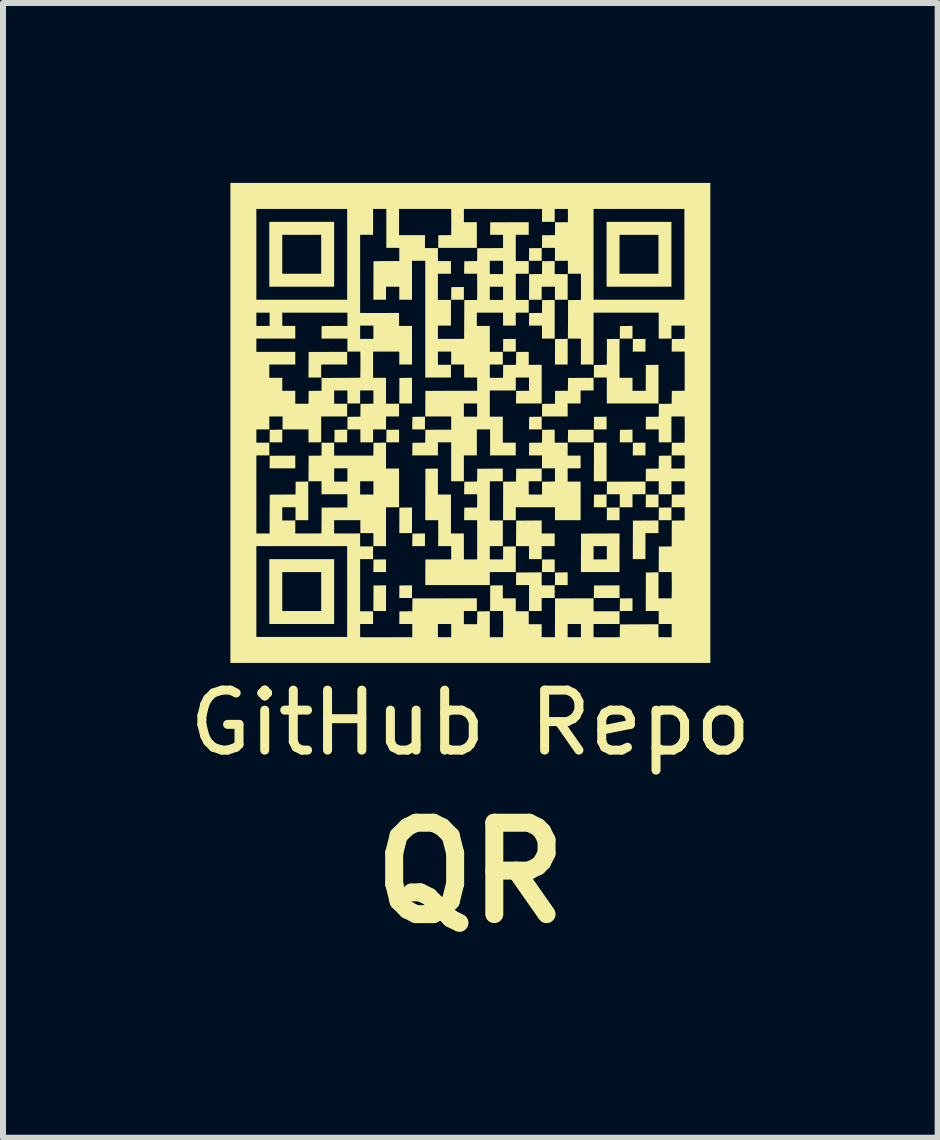
<source format=kicad_pcb>
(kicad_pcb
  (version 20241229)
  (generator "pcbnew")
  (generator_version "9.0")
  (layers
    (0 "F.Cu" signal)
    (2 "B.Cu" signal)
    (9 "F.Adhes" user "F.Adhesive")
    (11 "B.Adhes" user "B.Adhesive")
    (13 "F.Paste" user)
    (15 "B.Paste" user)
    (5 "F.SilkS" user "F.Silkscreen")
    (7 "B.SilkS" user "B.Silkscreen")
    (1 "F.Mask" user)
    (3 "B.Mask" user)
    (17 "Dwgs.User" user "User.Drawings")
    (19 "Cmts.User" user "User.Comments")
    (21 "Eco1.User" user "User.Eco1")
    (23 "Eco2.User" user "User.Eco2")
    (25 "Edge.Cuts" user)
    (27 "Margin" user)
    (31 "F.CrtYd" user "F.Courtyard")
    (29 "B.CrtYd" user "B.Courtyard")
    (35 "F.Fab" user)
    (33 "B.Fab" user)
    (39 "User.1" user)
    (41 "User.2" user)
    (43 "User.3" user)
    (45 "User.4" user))
  (footprint "QR"
    (layer "F.Cu")
    (at 4.792 4.001)
    (property "Reference" "QR" (at 0 7.5 0) (layer "F.SilkS") (effects (font (size 1.524 1.524) (thickness 0.3))))
    (attr board_only exclude_from_pos_files exclude_from_bom)
    (fp_poly (pts (xy -0.108 -2.054) (xy -0.32 -2.054) (xy -0.318 -2.264) (xy -0.108 -2.266)) (stroke (width 0) (type solid)) (fill yes) (layer "F.SilkS"))
    (fp_poly (pts (xy -2.919 0.757) (xy -3.347 0.757) (xy -3.346 0.652) (xy -3.345 0.547) (xy -2.919 0.545)) (stroke (width 0) (type solid)) (fill yes) (layer "F.SilkS"))
    (fp_poly (pts (xy -2.054 0.324) (xy -2.266 0.324) (xy -2.265 0.22) (xy -2.264 0.115) (xy -2.054 0.112)) (stroke (width 0) (type solid)) (fill yes) (layer "F.SilkS"))
    (fp_poly (pts (xy -1.406 3.136) (xy -1.617 3.136) (xy -1.615 2.71) (xy -1.51 2.709) (xy -1.406 2.707)) (stroke (width 0) (type solid)) (fill yes) (layer "F.SilkS"))
    (fp_poly (pts (xy -0.973 -0.324) (xy -1.185 -0.324) (xy -1.183 -0.75) (xy -1.078 -0.751) (xy -0.973 -0.753)) (stroke (width 0) (type solid)) (fill yes) (layer "F.SilkS"))
    (fp_poly (pts (xy -0.973 1.838) (xy -1.185 1.838) (xy -1.183 1.412) (xy -1.078 1.411) (xy -0.973 1.41)) (stroke (width 0) (type solid)) (fill yes) (layer "F.SilkS"))
    (fp_poly (pts (xy 1.622 -0.973) (xy 1.41 -0.973) (xy 1.412 -1.399) (xy 1.517 -1.4) (xy 1.622 -1.401)) (stroke (width 0) (type solid)) (fill yes) (layer "F.SilkS"))
    (fp_poly (pts (xy 2.271 0.108) (xy 2.059 0.108) (xy 2.061 -0.101) (xy 2.166 -0.103) (xy 2.271 -0.104)) (stroke (width 0) (type solid)) (fill yes) (layer "F.SilkS"))
    (fp_poly (pts (xy 2.487 2.919) (xy 2.059 2.919) (xy 2.06 2.815) (xy 2.061 2.71) (xy 2.487 2.708)) (stroke (width 0) (type solid)) (fill yes) (layer "F.SilkS"))
    (fp_poly (pts (xy -3.136 0.324) (xy -3.347 0.324) (xy -3.346 0.22) (xy -3.345 0.115) (xy -3.24 0.114) (xy -3.136 0.112)) (stroke (width 0) (type solid)) (fill yes) (layer "F.SilkS"))
    (fp_poly (pts (xy -1.406 2.487) (xy -1.618 2.487) (xy -1.616 2.382) (xy -1.615 2.277) (xy -1.51 2.276) (xy -1.406 2.275)) (stroke (width 0) (type solid)) (fill yes) (layer "F.SilkS"))
    (fp_poly (pts (xy -1.189 0.324) (xy -1.401 0.324) (xy -1.4 0.22) (xy -1.399 0.115) (xy -1.294 0.114) (xy -1.189 0.112)) (stroke (width 0) (type solid)) (fill yes) (layer "F.SilkS"))
    (fp_poly (pts (xy -0.973 2.919) (xy -1.185 2.919) (xy -1.184 2.815) (xy -1.183 2.71) (xy -1.078 2.709) (xy -0.973 2.707)) (stroke (width 0) (type solid)) (fill yes) (layer "F.SilkS"))
    (fp_poly (pts (xy -0.757 0.108) (xy -0.969 0.108) (xy -0.968 0.003) (xy -0.966 -0.101) (xy -0.862 -0.103) (xy -0.757 -0.104)) (stroke (width 0) (type solid)) (fill yes) (layer "F.SilkS"))
    (fp_poly (pts (xy -0.757 2.054) (xy -0.969 2.054) (xy -0.968 1.95) (xy -0.966 1.845) (xy -0.862 1.844) (xy -0.757 1.842)) (stroke (width 0) (type solid)) (fill yes) (layer "F.SilkS"))
    (fp_poly (pts (xy 0.757 -1.189) (xy 0.545 -1.189) (xy 0.546 -1.294) (xy 0.547 -1.399) (xy 0.652 -1.4) (xy 0.757 -1.401)) (stroke (width 0) (type solid)) (fill yes) (layer "F.SilkS"))
    (fp_poly (pts (xy 1.189 -2.703) (xy 0.977 -2.703) (xy 0.979 -2.808) (xy 0.98 -2.913) (xy 1.085 -2.914) (xy 1.189 -2.915)) (stroke (width 0) (type solid)) (fill yes) (layer "F.SilkS"))
    (fp_poly (pts (xy 1.189 0.108) (xy 0.977 0.108) (xy 0.979 0.003) (xy 0.98 -0.101) (xy 1.085 -0.103) (xy 1.189 -0.104)) (stroke (width 0) (type solid)) (fill yes) (layer "F.SilkS"))
    (fp_poly (pts (xy 1.406 2.487) (xy 1.194 2.487) (xy 1.195 2.382) (xy 1.196 2.277) (xy 1.301 2.276) (xy 1.406 2.275)) (stroke (width 0) (type solid)) (fill yes) (layer "F.SilkS"))
    (fp_poly (pts (xy 1.622 2.703) (xy 1.41 2.703) (xy 1.411 2.598) (xy 1.412 2.494) (xy 1.517 2.492) (xy 1.622 2.491)) (stroke (width 0) (type solid)) (fill yes) (layer "F.SilkS"))
    (fp_poly (pts (xy 2.054 0.324) (xy 1.626 0.324) (xy 1.627 0.22) (xy 1.629 0.115) (xy 1.841 0.114) (xy 2.054 0.113)) (stroke (width 0) (type solid)) (fill yes) (layer "F.SilkS"))
    (fp_poly (pts (xy 2.271 0.973) (xy 2.059 0.973) (xy 2.06 0.652) (xy 2.061 0.331) (xy 2.166 0.33) (xy 2.271 0.329)) (stroke (width 0) (type solid)) (fill yes) (layer "F.SilkS"))
    (fp_poly (pts (xy 2.271 1.406) (xy 2.059 1.406) (xy 2.06 1.301) (xy 2.061 1.196) (xy 2.166 1.195) (xy 2.271 1.194)) (stroke (width 0) (type solid)) (fill yes) (layer "F.SilkS"))
    (fp_poly (pts (xy 2.487 1.622) (xy 2.275 1.622) (xy 2.276 1.517) (xy 2.277 1.412) (xy 2.382 1.411) (xy 2.487 1.41)) (stroke (width 0) (type solid)) (fill yes) (layer "F.SilkS"))
    (fp_poly (pts (xy 2.703 -1.406) (xy 2.491 -1.406) (xy 2.492 -1.51) (xy 2.494 -1.615) (xy 2.598 -1.616) (xy 2.703 -1.618)) (stroke (width 0) (type solid)) (fill yes) (layer "F.SilkS"))
    (fp_poly (pts (xy 2.703 0.324) (xy 2.491 0.324) (xy 2.492 0.22) (xy 2.494 0.115) (xy 2.598 0.114) (xy 2.703 0.112)) (stroke (width 0) (type solid)) (fill yes) (layer "F.SilkS"))
    (fp_poly (pts (xy 2.703 3.136) (xy 2.491 3.136) (xy 2.492 3.031) (xy 2.494 2.926) (xy 2.598 2.925) (xy 2.703 2.924)) (stroke (width 0) (type solid)) (fill yes) (layer "F.SilkS"))
    (fp_poly (pts (xy 2.919 -1.189) (xy 2.707 -1.189) (xy 2.709 -1.294) (xy 2.71 -1.399) (xy 2.815 -1.4) (xy 2.919 -1.401)) (stroke (width 0) (type solid)) (fill yes) (layer "F.SilkS"))
    (fp_poly (pts (xy 2.919 0.541) (xy 2.707 0.541) (xy 2.709 0.436) (xy 2.71 0.331) (xy 2.815 0.33) (xy 2.919 0.329)) (stroke (width 0) (type solid)) (fill yes) (layer "F.SilkS"))
    (fp_poly (pts (xy 3.136 1.406) (xy 2.924 1.406) (xy 2.925 1.301) (xy 2.926 1.196) (xy 3.031 1.195) (xy 3.136 1.194)) (stroke (width 0) (type solid)) (fill yes) (layer "F.SilkS"))
    (fp_poly (pts (xy 3.136 1.838) (xy 2.919 1.838) (xy 2.919 2.271) (xy 2.708 2.271) (xy 2.71 1.629) (xy 3.136 1.626)) (stroke (width 0) (type solid)) (fill yes) (layer "F.SilkS"))
    (fp_poly (pts (xy 3.352 1.622) (xy 3.14 1.622) (xy 3.141 1.517) (xy 3.142 1.412) (xy 3.247 1.411) (xy 3.352 1.41)) (stroke (width 0) (type solid)) (fill yes) (layer "F.SilkS"))
    (fp_poly (pts (xy -2.054 -0.973) (xy -2.487 -0.973) (xy -2.487 -0.757) (xy -2.699 -0.757) (xy -2.696 -1.183) (xy -2.375 -1.184) (xy -2.054 -1.185)) (stroke (width 0) (type solid)) (fill yes) (layer "F.SilkS"))
    (fp_poly (pts (xy 1.189 1.843) (xy 1.406 1.843) (xy 1.406 2.054) (xy 1.189 2.054) (xy 1.189 2.271) (xy 0.978 2.271) (xy 0.978 2.054) (xy 0.761 2.054) (xy 0.764 1.629) (xy 1.189 1.626)) (stroke (width 0) (type solid)) (fill yes) (layer "F.SilkS"))
    (fp_poly (pts (xy 2.919 1.189) (xy 2.703 1.189) (xy 2.703 1.406) (xy 2.491 1.406) (xy 2.491 1.189) (xy 2.275 1.189) (xy 2.276 1.085) (xy 2.277 0.98) (xy 2.598 0.979) (xy 2.919 0.978)) (stroke (width 0) (type solid)) (fill yes) (layer "F.SilkS"))
    (fp_poly (pts (xy -2.271 -2.271) (xy -3.352 -2.271) (xy -3.352 -2.487) (xy -3.136 -2.487) (xy -2.487 -2.487) (xy -2.487 -3.136) (xy -3.136 -3.136) (xy -3.136 -2.487) (xy -3.352 -2.487) (xy -3.352 -3.352) (xy -2.271 -3.352)) (stroke (width 0) (type solid)) (fill yes) (layer "F.SilkS"))
    (fp_poly (pts (xy -2.271 3.352) (xy -3.352 3.352) (xy -3.352 3.136) (xy -3.136 3.136) (xy -2.487 3.136) (xy -2.487 2.487) (xy -3.136 2.487) (xy -3.136 3.136) (xy -3.352 3.136) (xy -3.352 2.271) (xy -2.271 2.271)) (stroke (width 0) (type solid)) (fill yes) (layer "F.SilkS"))
    (fp_poly (pts (xy 1.406 -1.406) (xy 1.194 -1.406) (xy 1.194 -1.622) (xy 0.977 -1.622) (xy 0.979 -1.727) (xy 0.98 -1.831) (xy 1.087 -1.833) (xy 1.194 -1.834) (xy 1.196 -2.048) (xy 1.301 -2.049) (xy 1.406 -2.05)) (stroke (width 0) (type solid)) (fill yes) (layer "F.SilkS"))
    (fp_poly (pts (xy 3.352 -2.271) (xy 2.271 -2.271) (xy 2.271 -2.487) (xy 2.487 -2.487) (xy 3.136 -2.487) (xy 3.136 -3.136) (xy 2.487 -3.136) (xy 2.487 -2.487) (xy 2.271 -2.487) (xy 2.271 -3.352) (xy 3.352 -3.352)) (stroke (width 0) (type solid)) (fill yes) (layer "F.SilkS"))
    (fp_poly (pts (xy 2.487 2.487) (xy 1.843 2.487) (xy 1.843 2.275) (xy 2.054 2.275) (xy 2.275 2.275) (xy 2.275 2.054) (xy 2.054 2.054) (xy 2.054 2.275) (xy 1.843 2.275) (xy 1.844 2.166) (xy 1.845 1.845) (xy 2.166 1.844) (xy 2.487 1.843)) (stroke (width 0) (type solid)) (fill yes) (layer "F.SilkS"))
    (fp_poly (pts (xy 1.406 -2.482) (xy 1.622 -2.482) (xy 1.622 -2.054) (xy 1.41 -2.054) (xy 1.41 -2.271) (xy 1.189 -2.271) (xy 1.189 -2.054) (xy 0.978 -2.054) (xy 0.979 -2.267) (xy 0.98 -2.48) (xy 1.087 -2.481) (xy 1.194 -2.482) (xy 1.195 -2.589) (xy 1.196 -2.696) (xy 1.301 -2.698) (xy 1.406 -2.699)) (stroke (width 0) (type solid)) (fill yes) (layer "F.SilkS"))
    (fp_poly (pts (xy 2.054 -0.541) (xy 1.838 -0.541) (xy 1.838 -0.324) (xy 1.622 -0.324) (xy 1.622 -0.108) (xy 1.194 -0.108) (xy 1.195 -0.213) (xy 1.196 -0.318) (xy 1.303 -0.319) (xy 1.41 -0.32) (xy 1.411 -0.427) (xy 1.412 -0.534) (xy 1.519 -0.535) (xy 1.626 -0.536) (xy 1.627 -0.643) (xy 1.629 -0.75) (xy 2.054 -0.752)) (stroke (width 0) (type solid)) (fill yes) (layer "F.SilkS"))
    (fp_poly (pts (xy 1.189 2.708) (xy 1.406 2.708) (xy 1.406 2.919) (xy 1.189 2.919) (xy 1.189 3.136) (xy 0.977 3.136) (xy 0.978 3.029) (xy 0.978 2.99) (xy 0.978 2.945) (xy 0.978 2.899) (xy 0.978 2.854) (xy 0.978 2.815) (xy 0.978 2.812) (xy 0.978 2.703) (xy 0.761 2.703) (xy 0.762 2.598) (xy 0.764 2.494) (xy 1.189 2.491)) (stroke (width 0) (type solid)) (fill yes) (layer "F.SilkS"))
    (fp_poly (pts (xy 1.406 0.329) (xy 1.622 0.329) (xy 1.622 0.545) (xy 1.838 0.545) (xy 1.838 0.757) (xy 1.622 0.757) (xy 1.622 0.978) (xy 1.838 0.978) (xy 1.838 1.622) (xy 1.41 1.622) (xy 1.41 1.406) (xy 0.757 1.406) (xy 0.757 1.622) (xy 0.545 1.622) (xy 0.546 1.301) (xy 0.547 0.98) (xy 0.654 0.979) (xy 0.761 0.977) (xy 0.762 0.871) (xy 0.764 0.764) (xy 1.189 0.761) (xy 1.189 0.973) (xy 0.973 0.973) (xy 0.973 1.194) (xy 1.194 1.194) (xy 1.196 0.98) (xy 1.41 0.977) (xy 1.41 0.757) (xy 1.194 0.757) (xy 1.194 0.541) (xy 0.977 0.541) (xy 0.979 0.436) (xy 0.98 0.331) (xy 1.087 0.33) (xy 1.194 0.329) (xy 1.196 0.115) (xy 1.301 0.114) (xy 1.406 0.112)) (stroke (width 0) (type solid)) (fill yes) (layer "F.SilkS"))
    (fp_poly (pts (xy 2.487 -0.752) (xy 2.703 -0.752) (xy 2.703 -0.536) (xy 2.924 -0.536) (xy 2.924 -0.643) (xy 2.924 -0.682) (xy 2.924 -0.727) (xy 2.925 -0.773) (xy 2.925 -0.818) (xy 2.925 -0.857) (xy 2.925 -0.858) (xy 2.926 -0.966) (xy 3.031 -0.968) (xy 3.136 -0.969) (xy 3.136 -0.324) (xy 2.275 -0.324) (xy 2.275 -0.431) (xy 2.275 -0.47) (xy 2.275 -0.514) (xy 2.275 -0.561) (xy 2.275 -0.606) (xy 2.275 -0.645) (xy 2.275 -0.648) (xy 2.275 -0.757) (xy 2.059 -0.757) (xy 2.06 -0.862) (xy 2.061 -0.966) (xy 2.168 -0.968) (xy 2.275 -0.969) (xy 2.275 -1.076) (xy 2.275 -1.115) (xy 2.276 -1.159) (xy 2.276 -1.205) (xy 2.276 -1.25) (xy 2.276 -1.29) (xy 2.276 -1.291) (xy 2.277 -1.399) (xy 2.382 -1.4) (xy 2.487 -1.401)) (stroke (width 0) (type solid)) (fill yes) (layer "F.SilkS"))
    (fp_poly (pts (xy -0.541 1.194) (xy -0.324 1.194) (xy -0.324 1.843) (xy -0.108 1.843) (xy -0.108 2.275) (xy 0.113 2.275) (xy 0.113 2.169) (xy 0.113 2.131) (xy 0.113 2.088) (xy 0.113 2.042) (xy 0.113 1.997) (xy 0.113 1.957) (xy 0.113 1.951) (xy 0.113 1.911) (xy 0.113 1.866) (xy 0.113 1.82) (xy 0.113 1.775) (xy 0.113 1.735) (xy 0.113 1.73) (xy 0.113 1.622) (xy -0.104 1.622) (xy -0.103 1.517) (xy -0.101 1.412) (xy 0.006 1.411) (xy 0.113 1.41) (xy 0.113 1.189) (xy -0.104 1.189) (xy -0.103 1.085) (xy -0.101 0.98) (xy 0.006 0.979) (xy 0.112 0.977) (xy 0.114 0.871) (xy 0.115 0.764) (xy 0.541 0.761) (xy 0.541 0.973) (xy 0.324 0.973) (xy 0.324 1.626) (xy 0.541 1.626) (xy 0.541 2.054) (xy 0.324 2.054) (xy 0.324 2.275) (xy 0.545 2.275) (xy 0.546 2.168) (xy 0.547 2.061) (xy 0.652 2.06) (xy 0.757 2.059) (xy 0.757 2.487) (xy 0.324 2.487) (xy 0.324 2.703) (xy -0.752 2.703) (xy -0.75 2.277) (xy -0.642 2.276) (xy -0.603 2.276) (xy -0.558 2.276) (xy -0.512 2.276) (xy -0.467 2.275) (xy -0.428 2.275) (xy -0.427 2.275) (xy -0.32 2.275) (xy -0.32 2.054) (xy -0.537 2.054) (xy -0.536 1.947) (xy -0.536 1.909) (xy -0.536 1.864) (xy -0.536 1.818) (xy -0.536 1.773) (xy -0.536 1.733) (xy -0.536 1.731) (xy -0.536 1.622) (xy -0.752 1.622) (xy -0.75 0.764) (xy -0.645 0.762) (xy -0.541 0.761)) (stroke (width 0) (type solid)) (fill yes) (layer "F.SilkS"))
    (fp_poly (pts (xy 4.001 4.001) (xy -4.001 4.001) (xy -4.001 3.568) (xy -3.568 3.568) (xy -2.054 3.568) (xy -2.054 2.054) (xy -3.568 2.054) (xy -3.568 3.568) (xy -4.001 3.568) (xy -4.001 1.843) (xy -3.568 1.843) (xy -3.347 1.843) (xy -3.347 1.736) (xy -3.347 1.708) (xy -3.347 1.673) (xy -3.347 1.632) (xy -3.347 1.587) (xy -3.347 1.539) (xy -3.346 1.49) (xy -3.346 1.441) (xy -3.346 1.412) (xy -3.345 1.196) (xy -3.237 1.195) (xy -3.198 1.195) (xy -3.153 1.195) (xy -3.107 1.194) (xy -3.062 1.194) (xy -3.023 1.194) (xy -3.022 1.194) (xy -2.915 1.194) (xy -2.913 0.98) (xy -2.808 0.979) (xy -2.703 0.977) (xy -2.703 1.622) (xy -2.915 1.622) (xy -2.915 1.406) (xy -3.136 1.406) (xy -3.136 1.626) (xy -2.919 1.626) (xy -2.919 1.843) (xy -2.81 1.843) (xy -2.758 1.843) (xy -2.709 1.843) (xy -2.662 1.843) (xy -2.619 1.843) (xy -2.581 1.843) (xy -2.548 1.842) (xy -2.521 1.842) (xy -2.501 1.842) (xy -2.488 1.841) (xy -2.484 1.841) (xy -2.483 1.836) (xy -2.483 1.823) (xy -2.483 1.803) (xy -2.482 1.777) (xy -2.482 1.745) (xy -2.482 1.709) (xy -2.481 1.669) (xy -2.481 1.626) (xy -2.48 1.412) (xy -2.372 1.411) (xy -2.333 1.411) (xy -2.288 1.411) (xy -2.242 1.411) (xy -2.197 1.41) (xy -2.158 1.41) (xy -2.157 1.41) (xy -2.05 1.41) (xy -2.05 1.194) (xy -1.838 1.194) (xy -1.617 1.194) (xy -1.617 0.973) (xy -1.838 0.973) (xy -1.838 1.194) (xy -2.05 1.194) (xy -2.05 1.189) (xy -2.482 1.189) (xy -2.482 0.978) (xy -2.271 0.978) (xy -2.05 0.978) (xy -2.05 0.757) (xy -2.271 0.757) (xy -2.271 0.978) (xy -2.482 0.978) (xy -2.482 0.973) (xy -2.699 0.973) (xy -2.696 0.547) (xy -2.589 0.546) (xy -2.482 0.545) (xy -2.481 0.438) (xy -2.48 0.331) (xy -2.271 0.329) (xy -2.271 0.545) (xy -2.162 0.545) (xy -2.069 0.545) (xy -1.971 0.545) (xy -1.873 0.545) (xy -1.777 0.545) (xy -1.723 0.545) (xy -1.618 0.545) (xy -1.615 0.331) (xy -1.51 0.33) (xy -1.406 0.329) (xy -1.406 0.761) (xy -1.189 0.761) (xy -1.189 1.406) (xy -1.406 1.406) (xy -1.406 2.054) (xy -1.617 2.054) (xy -1.617 1.838) (xy -1.834 1.838) (xy -1.834 1.622) (xy -2.271 1.622) (xy -2.271 1.843) (xy -2.161 1.843) (xy -2.122 1.843) (xy -2.077 1.843) (xy -2.031 1.843) (xy -1.986 1.843) (xy -1.947 1.843) (xy -1.945 1.843) (xy -1.838 1.842) (xy -1.838 2.059) (xy -1.622 2.059) (xy -1.622 2.271) (xy -1.838 2.271) (xy -1.838 3.14) (xy -1.622 3.14) (xy -1.622 3.352) (xy -1.838 3.352) (xy -1.838 3.572) (xy -1.729 3.574) (xy -1.701 3.574) (xy -1.666 3.574) (xy -1.625 3.574) (xy -1.579 3.574) (xy -1.531 3.574) (xy -1.481 3.574) (xy -1.431 3.574) (xy -1.399 3.574) (xy -1.35 3.574) (xy -1.301 3.573) (xy -1.252 3.573) (xy -1.205 3.573) (xy -1.162 3.573) (xy -1.123 3.573) (xy -1.091 3.573) (xy -1.073 3.573) (xy -0.969 3.573) (xy -0.541 3.573) (xy -0.32 3.573) (xy -0.32 3.352) (xy -0.541 3.352) (xy -0.541 3.573) (xy -0.969 3.573) (xy -0.969 3.352) (xy -1.185 3.352) (xy -1.184 3.247) (xy -1.183 3.142) (xy -1.076 3.141) (xy -0.969 3.14) (xy -0.966 2.926) (xy -0.429 2.925) (xy 0.108 2.924) (xy 0.108 3.136) (xy -0.108 3.136) (xy -0.108 3.356) (xy 0.112 3.356) (xy 0.114 3.249) (xy 0.115 3.142) (xy 0.22 3.141) (xy 0.324 3.14) (xy 0.324 3.573) (xy 0.545 3.573) (xy 0.546 3.463) (xy 0.546 3.424) (xy 0.547 3.379) (xy 0.547 3.332) (xy 0.546 3.286) (xy 0.546 3.246) (xy 0.546 3.245) (xy 0.545 3.136) (xy 0.329 3.136) (xy 0.331 2.71) (xy 0.436 2.709) (xy 0.541 2.707) (xy 0.541 2.924) (xy 0.757 2.924) (xy 0.757 3.14) (xy 0.973 3.14) (xy 0.973 3.356) (xy 1.189 3.356) (xy 1.189 3.573) (xy 1.41 3.573) (xy 1.622 3.573) (xy 1.843 3.573) (xy 1.843 3.352) (xy 1.622 3.352) (xy 1.622 3.573) (xy 1.41 3.573) (xy 1.41 3.466) (xy 1.41 3.438) (xy 1.41 3.403) (xy 1.411 3.362) (xy 1.411 3.317) (xy 1.411 3.269) (xy 1.411 3.22) (xy 1.411 3.171) (xy 1.411 3.142) (xy 1.412 2.926) (xy 1.733 2.925) (xy 2.054 2.924) (xy 2.054 3.14) (xy 2.164 3.14) (xy 2.203 3.14) (xy 2.248 3.14) (xy 2.294 3.14) (xy 2.338 3.14) (xy 2.378 3.14) (xy 2.38 3.14) (xy 2.487 3.14) (xy 2.487 3.352) (xy 2.054 3.352) (xy 2.054 3.572) (xy 2.164 3.574) (xy 2.203 3.574) (xy 2.248 3.574) (xy 2.295 3.574) (xy 2.34 3.574) (xy 2.38 3.574) (xy 2.382 3.574) (xy 2.491 3.572) (xy 2.492 3.465) (xy 2.494 3.359) (xy 2.815 3.358) (xy 3.136 3.356) (xy 3.136 3.573) (xy 3.356 3.573) (xy 3.356 3.352) (xy 3.14 3.352) (xy 3.14 3.136) (xy 2.924 3.136) (xy 2.925 2.815) (xy 2.926 2.494) (xy 3.031 2.492) (xy 3.136 2.491) (xy 3.136 2.924) (xy 3.356 2.924) (xy 3.357 2.815) (xy 3.358 2.775) (xy 3.358 2.73) (xy 3.358 2.683) (xy 3.358 2.638) (xy 3.357 2.598) (xy 3.357 2.596) (xy 3.356 2.487) (xy 3.14 2.487) (xy 3.142 2.061) (xy 3.249 2.06) (xy 3.356 2.059) (xy 3.357 1.952) (xy 3.357 1.913) (xy 3.357 1.868) (xy 3.357 1.822) (xy 3.357 1.777) (xy 3.358 1.738) (xy 3.358 1.737) (xy 3.359 1.629) (xy 3.573 1.626) (xy 3.573 1.406) (xy 3.356 1.406) (xy 3.357 1.301) (xy 3.359 1.196) (xy 3.573 1.194) (xy 3.573 0.973) (xy 3.352 0.973) (xy 3.352 1.189) (xy 3.14 1.189) (xy 3.14 0.973) (xy 2.924 0.973) (xy 2.925 0.868) (xy 2.926 0.764) (xy 3.033 0.762) (xy 3.14 0.761) (xy 3.141 0.654) (xy 3.142 0.547) (xy 3.247 0.546) (xy 3.352 0.545) (xy 3.352 0.761) (xy 3.573 0.761) (xy 3.573 0.541) (xy 3.356 0.541) (xy 3.357 0.436) (xy 3.359 0.331) (xy 3.465 0.33) (xy 3.572 0.329) (xy 3.574 0.22) (xy 3.574 0.18) (xy 3.574 0.135) (xy 3.574 0.088) (xy 3.574 0.043) (xy 3.574 0.003) (xy 3.574 0.001) (xy 3.572 -0.108) (xy 3.352 -0.108) (xy 3.352 0.324) (xy 3.14 0.324) (xy 3.14 0.108) (xy 2.924 0.108) (xy 2.925 0.003) (xy 2.926 -0.101) (xy 3.033 -0.103) (xy 3.14 -0.104) (xy 3.141 -0.211) (xy 3.142 -0.318) (xy 3.249 -0.319) (xy 3.356 -0.32) (xy 3.357 -0.427) (xy 3.359 -0.534) (xy 3.573 -0.536) (xy 3.573 -0.642) (xy 3.573 -0.68) (xy 3.573 -0.723) (xy 3.573 -0.769) (xy 3.573 -0.814) (xy 3.573 -0.854) (xy 3.573 -0.86) (xy 3.573 -0.9) (xy 3.573 -0.945) (xy 3.573 -0.991) (xy 3.573 -1.036) (xy 3.573 -1.076) (xy 3.573 -1.081) (xy 3.573 -1.189) (xy 3.356 -1.189) (xy 3.357 -1.294) (xy 3.359 -1.399) (xy 3.573 -1.401) (xy 3.573 -1.622) (xy 3.352 -1.622) (xy 3.352 -1.406) (xy 3.14 -1.406) (xy 3.14 -1.513) (xy 3.14 -1.551) (xy 3.14 -1.596) (xy 3.14 -1.642) (xy 3.14 -1.687) (xy 3.14 -1.727) (xy 3.14 -1.729) (xy 3.14 -1.838) (xy 2.054 -1.838) (xy 2.054 -0.973) (xy 1.842 -0.973) (xy 1.843 -1.08) (xy 1.843 -1.119) (xy 1.843 -1.163) (xy 1.843 -1.21) (xy 1.843 -1.254) (xy 1.843 -1.294) (xy 1.843 -1.296) (xy 1.843 -1.406) (xy 1.626 -1.406) (xy 1.628 -1.727) (xy 1.629 -2.048) (xy 1.735 -2.049) (xy 1.842 -2.05) (xy 1.842 -2.054) (xy 2.054 -2.054) (xy 3.568 -2.054) (xy 3.568 -3.568) (xy 2.054 -3.568) (xy 2.054 -2.054) (xy 1.842 -2.054) (xy 1.844 -2.159) (xy 1.844 -2.199) (xy 1.844 -2.244) (xy 1.844 -2.291) (xy 1.844 -2.336) (xy 1.844 -2.376) (xy 1.844 -2.378) (xy 1.842 -2.487) (xy 1.626 -2.487) (xy 1.626 -2.703) (xy 1.41 -2.703) (xy 1.41 -2.919) (xy 1.194 -2.919) (xy 1.195 -3.024) (xy 1.196 -3.129) (xy 1.303 -3.13) (xy 1.41 -3.131) (xy 1.412 -3.345) (xy 1.626 -3.347) (xy 1.626 -3.568) (xy 1.406 -3.568) (xy 1.406 -3.352) (xy 1.194 -3.352) (xy 1.194 -3.568) (xy -0.108 -3.568) (xy -0.108 -3.347) (xy 0.108 -3.347) (xy 0.108 -2.919) (xy -0.536 -2.919) (xy -0.535 -3.024) (xy -0.534 -3.129) (xy -0.427 -3.13) (xy -0.32 -3.131) (xy -0.319 -3.24) (xy -0.319 -3.28) (xy -0.318 -3.325) (xy -0.318 -3.372) (xy -0.319 -3.417) (xy -0.319 -3.457) (xy -0.319 -3.459) (xy -0.32 -3.568) (xy -1.189 -3.568) (xy -1.189 -3.131) (xy -1.08 -3.131) (xy -1.041 -3.131) (xy -0.996 -3.131) (xy -0.95 -3.131) (xy -0.905 -3.131) (xy -0.866 -3.131) (xy -0.864 -3.131) (xy -0.757 -3.131) (xy -0.757 -2.915) (xy -0.541 -2.915) (xy -0.541 -2.699) (xy -0.324 -2.699) (xy -0.324 -2.487) (xy -0.541 -2.487) (xy -0.541 -2.05) (xy -0.324 -2.05) (xy -0.324 -1.622) (xy -0.541 -1.622) (xy -0.541 -1.401) (xy -0.431 -1.401) (xy -0.379 -1.401) (xy -0.329 -1.401) (xy -0.282 -1.401) (xy -0.239 -1.401) (xy -0.201 -1.401) (xy -0.168 -1.401) (xy -0.141 -1.402) (xy -0.121 -1.402) (xy -0.109 -1.402) (xy -0.105 -1.403) (xy -0.105 -1.407) (xy -0.104 -1.42) (xy -0.104 -1.441) (xy -0.104 -1.468) (xy -0.104 -1.502) (xy -0.103 -1.541) (xy -0.103 -1.584) (xy -0.103 -1.632) (xy -0.103 -1.683) (xy -0.102 -1.726) (xy -0.101 -2.048) (xy 0.005 -2.049) (xy 0.098 -2.05) (xy 0.324 -2.05) (xy 0.545 -2.05) (xy 0.545 -2.271) (xy 0.324 -2.271) (xy 0.324 -2.05) (xy 0.098 -2.05) (xy 0.112 -2.05) (xy 0.114 -2.159) (xy 0.114 -2.199) (xy 0.114 -2.244) (xy 0.114 -2.291) (xy 0.114 -2.336) (xy 0.114 -2.376) (xy 0.114 -2.378) (xy 0.112 -2.482) (xy 0.324 -2.482) (xy 0.545 -2.482) (xy 0.545 -2.703) (xy 0.324 -2.703) (xy 0.324 -2.482) (xy 0.112 -2.482) (xy 0.112 -2.487) (xy -0.104 -2.487) (xy -0.103 -2.592) (xy -0.101 -2.696) (xy 0.112 -2.699) (xy 0.114 -2.806) (xy 0.115 -2.913) (xy 0.223 -2.914) (xy 0.262 -2.914) (xy 0.307 -2.914) (xy 0.353 -2.914) (xy 0.398 -2.915) (xy 0.437 -2.915) (xy 0.438 -2.915) (xy 0.545 -2.915) (xy 0.545 -3.136) (xy 0.329 -3.136) (xy 0.33 -3.24) (xy 0.331 -3.345) (xy 0.652 -3.346) (xy 0.973 -3.347) (xy 0.973 -3.136) (xy 0.757 -3.136) (xy 0.757 -2.699) (xy 0.973 -2.699) (xy 0.973 -2.487) (xy 0.757 -2.487) (xy 0.757 -2.05) (xy 0.973 -2.05) (xy 0.973 -1.838) (xy 0.757 -1.838) (xy 0.757 -1.622) (xy 0.545 -1.622) (xy 0.545 -1.838) (xy 0.108 -1.838) (xy 0.108 -1.617) (xy 0.324 -1.617) (xy 0.324 -1.185) (xy 0.541 -1.185) (xy 0.541 -0.973) (xy 0.324 -0.973) (xy 0.324 -0.752) (xy 0.545 -0.752) (xy 0.547 -0.966) (xy 0.761 -0.969) (xy 0.762 -1.076) (xy 0.764 -1.183) (xy 0.868 -1.184) (xy 0.973 -1.185) (xy 0.973 -0.969) (xy 1.189 -0.969) (xy 1.189 -0.324) (xy 0.761 -0.324) (xy 0.762 -0.429) (xy 0.764 -0.534) (xy 0.978 -0.536) (xy 0.978 -0.757) (xy 0.757 -0.757) (xy 0.757 -0.541) (xy 0.324 -0.541) (xy 0.324 -0.104) (xy 0.541 -0.104) (xy 0.541 0.329) (xy 0.757 0.329) (xy 0.757 0.541) (xy 0.328 0.541) (xy 0.329 0.434) (xy 0.329 0.395) (xy 0.329 0.351) (xy 0.329 0.304) (xy 0.329 0.259) (xy 0.329 0.22) (xy 0.329 0.217) (xy 0.329 0.108) (xy 0.108 0.108) (xy 0.108 0.541) (xy -0.108 0.541) (xy -0.108 0.973) (xy -0.32 0.973) (xy -0.32 0.758) (xy -0.32 0.71) (xy -0.32 0.66) (xy -0.32 0.611) (xy -0.32 0.564) (xy -0.32 0.52) (xy -0.32 0.481) (xy -0.32 0.448) (xy -0.32 0.434) (xy -0.32 0.324) (xy -0.541 0.324) (xy -0.541 0.541) (xy -0.969 0.541) (xy -0.968 0.436) (xy -0.966 0.331) (xy -0.859 0.33) (xy -0.753 0.329) (xy -0.75 0.115) (xy -0.642 0.114) (xy -0.603 0.114) (xy -0.558 0.113) (xy -0.512 0.113) (xy -0.467 0.113) (xy -0.428 0.113) (xy -0.427 0.113) (xy -0.32 0.113) (xy -0.32 -0.104) (xy -0.108 -0.104) (xy 0.113 -0.104) (xy 0.113 -0.324) (xy -0.108 -0.324) (xy -0.108 -0.104) (xy -0.32 -0.104) (xy -0.32 -0.108) (xy -0.752 -0.108) (xy -0.75 -0.534) (xy -0.426 -0.535) (xy -0.369 -0.535) (xy -0.312 -0.535) (xy -0.257 -0.535) (xy -0.203 -0.536) (xy -0.153 -0.536) (xy -0.107 -0.536) (xy -0.066 -0.536) (xy -0.032 -0.536) (xy -0.005 -0.536) (xy 0.006 -0.536) (xy 0.113 -0.536) (xy 0.113 -0.757) (xy -0.104 -0.757) (xy -0.104 -0.973) (xy -0.32 -0.973) (xy -0.32 -1.189) (xy -0.541 -1.189) (xy -0.541 -0.969) (xy -0.324 -0.969) (xy -0.324 -0.757) (xy -0.752 -0.757) (xy -0.752 -1.621) (xy -0.752 -1.71) (xy -0.752 -1.798) (xy -0.752 -1.884) (xy -0.752 -1.968) (xy -0.752 -2.048) (xy -0.752 -2.125) (xy -0.752 -2.199) (xy -0.752 -2.268) (xy -0.752 -2.331) (xy -0.752 -2.39) (xy -0.752 -2.442) (xy -0.752 -2.488) (xy -0.752 -2.526) (xy -0.752 -2.558) (xy -0.752 -2.581) (xy -0.752 -2.594) (xy -0.752 -2.703) (xy -0.973 -2.703) (xy -0.973 -2.054) (xy -1.185 -2.054) (xy -1.185 -2.271) (xy -1.406 -2.271) (xy -1.406 -2.054) (xy -1.617 -2.054) (xy -1.616 -2.375) (xy -1.615 -2.696) (xy -1.507 -2.697) (xy -1.468 -2.698) (xy -1.423 -2.698) (xy -1.377 -2.698) (xy -1.332 -2.698) (xy -1.293 -2.698) (xy -1.292 -2.698) (xy -1.185 -2.699) (xy -1.185 -2.919) (xy -1.401 -2.919) (xy -1.401 -3.134) (xy -1.401 -3.183) (xy -1.401 -3.232) (xy -1.401 -3.281) (xy -1.401 -3.329) (xy -1.401 -3.373) (xy -1.401 -3.412) (xy -1.401 -3.444) (xy -1.401 -3.459) (xy -1.401 -3.568) (xy -1.622 -3.568) (xy -1.622 -3.136) (xy -1.838 -3.136) (xy -1.838 -1.834) (xy -1.729 -1.833) (xy -1.701 -1.833) (xy -1.665 -1.833) (xy -1.624 -1.833) (xy -1.578 -1.833) (xy -1.53 -1.833) (xy -1.48 -1.833) (xy -1.431 -1.833) (xy -1.404 -1.833) (xy -1.189 -1.834) (xy -1.189 -1.617) (xy -0.973 -1.617) (xy -0.973 -0.973) (xy -1.185 -0.973) (xy -1.185 -1.189) (xy -1.622 -1.189) (xy -1.622 -0.752) (xy -1.406 -0.752) (xy -1.406 -0.32) (xy -1.189 -0.32) (xy -1.189 -0.108) (xy -1.406 -0.108) (xy -1.406 0.108) (xy -1.622 0.108) (xy -1.622 0.324) (xy -1.834 0.324) (xy -1.834 0.108) (xy -2.05 0.108) (xy -2.048 -0.101) (xy -1.941 -0.103) (xy -1.834 -0.104) (xy -1.833 -0.211) (xy -1.831 -0.318) (xy -1.724 -0.319) (xy -1.617 -0.32) (xy -1.617 -0.541) (xy -1.838 -0.541) (xy -1.838 -0.324) (xy -2.05 -0.324) (xy -2.05 -0.541) (xy -2.271 -0.541) (xy -2.271 -0.32) (xy -2.054 -0.32) (xy -2.054 -0.108) (xy -2.487 -0.108) (xy -2.487 0.324) (xy -2.699 0.324) (xy -2.699 0.108) (xy -3.131 0.108) (xy -3.131 -0.108) (xy -3.352 -0.108) (xy -3.352 0.108) (xy -3.568 0.108) (xy -3.568 0.329) (xy -3.352 0.329) (xy -3.352 0.541) (xy -3.568 0.541) (xy -3.568 1.843) (xy -4.001 1.843) (xy -4.001 -1.185) (xy -3.568 -1.185) (xy -3.459 -1.185) (xy -3.431 -1.185) (xy -3.395 -1.185) (xy -3.354 -1.185) (xy -3.308 -1.185) (xy -3.26 -1.185) (xy -3.21 -1.185) (xy -3.161 -1.185) (xy -3.134 -1.185) (xy -2.919 -1.185) (xy -2.919 -0.973) (xy -3.352 -0.973) (xy -3.352 -0.752) (xy -3.136 -0.752) (xy -3.136 -0.536) (xy -2.919 -0.536) (xy -2.919 -0.32) (xy -2.699 -0.32) (xy -2.696 -0.534) (xy -2.589 -0.535) (xy -2.482 -0.536) (xy -2.481 -0.643) (xy -2.48 -0.75) (xy -2.158 -0.751) (xy -2.105 -0.751) (xy -2.055 -0.752) (xy -2.008 -0.752) (xy -1.965 -0.752) (xy -1.928 -0.752) (xy -1.895 -0.753) (xy -1.869 -0.753) (xy -1.85 -0.753) (xy -1.838 -0.753) (xy -1.835 -0.754) (xy -1.835 -0.758) (xy -1.835 -0.771) (xy -1.834 -0.792) (xy -1.834 -0.82) (xy -1.834 -0.853) (xy -1.833 -0.892) (xy -1.833 -0.935) (xy -1.833 -0.982) (xy -1.833 -1.033) (xy -1.833 -1.08) (xy -1.834 -1.189) (xy -2.05 -1.189) (xy -2.05 -1.401) (xy -1.838 -1.401) (xy -1.617 -1.401) (xy -1.617 -1.622) (xy -1.838 -1.622) (xy -1.838 -1.401) (xy -2.05 -1.401) (xy -2.05 -1.406) (xy -2.482 -1.406) (xy -2.481 -1.51) (xy -2.48 -1.615) (xy -2.372 -1.616) (xy -2.333 -1.616) (xy -2.288 -1.617) (xy -2.242 -1.617) (xy -2.197 -1.617) (xy -2.158 -1.617) (xy -2.157 -1.617) (xy -2.05 -1.617) (xy -2.05 -1.838) (xy -3.136 -1.838) (xy -3.136 -1.617) (xy -2.919 -1.617) (xy -2.919 -1.406) (xy -3.568 -1.406) (xy -3.568 -1.185) (xy -4.001 -1.185) (xy -4.001 -1.617) (xy -3.568 -1.617) (xy -3.347 -1.617) (xy -3.347 -1.838) (xy -3.568 -1.838) (xy -3.568 -1.617) (xy -4.001 -1.617) (xy -4.001 -2.054) (xy -3.568 -2.054) (xy -2.054 -2.054) (xy -2.054 -3.568) (xy -3.568 -3.568) (xy -3.568 -2.054) (xy -4.001 -2.054) (xy -4.001 -4.001) (xy 4.001 -4.001)) (stroke (width 0) (type solid)) (fill yes) (layer "F.SilkS"))
    (fp_text user "GitHub Repo" (at 0 5 0) (unlocked yes) (layer "F.SilkS") (effects (font (size 1 1) (thickness 0.15)))))
  (gr_rect
    (start -3 -3)
    (end 12.583 15.919)
    (stroke (width 0.1) (type default))
    (fill no)
    (layer "Edge.Cuts")))
</source>
